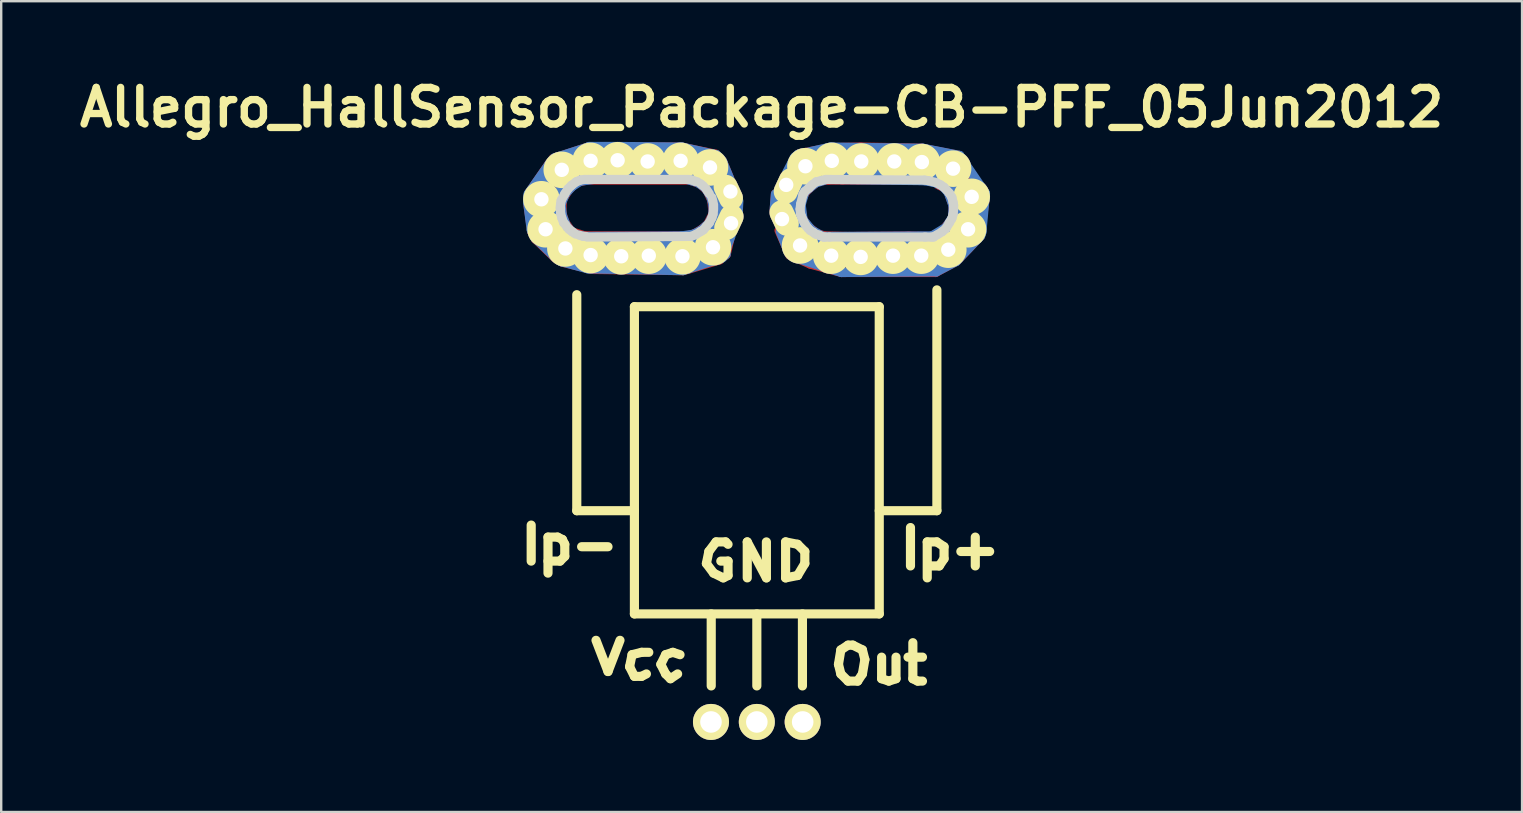
<source format=kicad_pcb>
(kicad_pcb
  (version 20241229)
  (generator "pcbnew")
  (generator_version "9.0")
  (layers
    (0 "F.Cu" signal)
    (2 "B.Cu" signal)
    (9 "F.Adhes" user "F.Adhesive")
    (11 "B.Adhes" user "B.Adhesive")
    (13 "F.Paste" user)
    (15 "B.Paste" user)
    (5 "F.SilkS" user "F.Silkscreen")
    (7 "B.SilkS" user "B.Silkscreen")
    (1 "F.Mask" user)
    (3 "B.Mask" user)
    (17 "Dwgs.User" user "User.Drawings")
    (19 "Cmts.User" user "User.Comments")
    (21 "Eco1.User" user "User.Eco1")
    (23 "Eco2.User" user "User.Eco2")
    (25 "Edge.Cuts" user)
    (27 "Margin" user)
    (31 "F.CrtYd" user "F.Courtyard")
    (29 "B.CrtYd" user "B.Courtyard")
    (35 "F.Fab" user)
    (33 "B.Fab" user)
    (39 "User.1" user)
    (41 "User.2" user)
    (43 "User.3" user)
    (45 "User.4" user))
  (footprint "Allegro_HallSensor_Package-CB-PFF_05Jun2012"
    (layer "F.Cu")
    (at 28.48 16.326)
    (property "Reference" "Allegro_HallSensor_Package-CB-PFF_05Jun2012" (at 0.201 -14.9 0) (layer "F.SilkS") (effects (font (size 1.524 1.524) (thickness 0.305))))
    (attr through_hole)
    (fp_line (start -9.55 -10.95) (end -9.5 -11.326) (stroke (width 0.381) (type solid)) (layer "F.Cu"))
    (fp_line (start -9.5 -11.326) (end -8.674 -12.525) (stroke (width 0.381) (type solid)) (layer "F.Cu"))
    (fp_line (start -9.375 -9.726) (end -9.55 -10.95) (stroke (width 0.381) (type solid)) (layer "F.Cu"))
    (fp_line (start -9.225 -9.426) (end -9.375 -9.726) (stroke (width 0.381) (type solid)) (layer "F.Cu"))
    (fp_line (start -8.725 -12.024) (end -8.9 -11.725) (stroke (width 0.381) (type solid)) (layer "F.Cu"))
    (fp_line (start -8.674 -12.525) (end -8.476 -12.776) (stroke (width 0.381) (type solid)) (layer "F.Cu"))
    (fp_line (start -8.476 -12.776) (end -7.026 -13.251) (stroke (width 0.381) (type solid)) (layer "F.Cu"))
    (fp_line (start -8.425 -8.651) (end -9.225 -9.426) (stroke (width 0.381) (type solid)) (layer "F.Cu"))
    (fp_line (start -8.349 -10.274) (end -7.6 -9.576) (stroke (width 0.381) (type solid)) (layer "F.Cu"))
    (fp_line (start -8.326 -11.374) (end -8.349 -10.274) (stroke (width 0.381) (type solid)) (layer "F.Cu"))
    (fp_line (start -8.126 -10.526) (end -8.1 -11.049) (stroke (width 0.381) (type solid)) (layer "F.Cu"))
    (fp_line (start -8.1 -11.049) (end -7.851 -11.45) (stroke (width 0.381) (type solid)) (layer "F.Cu"))
    (fp_line (start -8.1 -8.451) (end -8.425 -8.651) (stroke (width 0.381) (type solid)) (layer "F.Cu"))
    (fp_line (start -8.001 -10.124) (end -8.126 -10.526) (stroke (width 0.381) (type solid)) (layer "F.Cu"))
    (fp_line (start -7.851 -11.45) (end -7.526 -11.775) (stroke (width 0.381) (type solid)) (layer "F.Cu"))
    (fp_line (start -7.724 -9.726) (end -8.001 -10.124) (stroke (width 0.381) (type solid)) (layer "F.Cu"))
    (fp_line (start -7.6 -9.576) (end -6.949 -9.324) (stroke (width 0.381) (type solid)) (layer "F.Cu"))
    (fp_line (start -7.549 -9.624) (end -7.399 -9.576) (stroke (width 0.381) (type solid)) (layer "F.Cu"))
    (fp_line (start -7.526 -11.775) (end -7.074 -11.874) (stroke (width 0.381) (type solid)) (layer "F.Cu"))
    (fp_line (start -7.376 -12.126) (end -8.326 -11.374) (stroke (width 0.381) (type solid)) (layer "F.Cu"))
    (fp_line (start -7.176 -9.55) (end -7.724 -9.726) (stroke (width 0.381) (type solid)) (layer "F.Cu"))
    (fp_line (start -7.125 -11.874) (end -2.799 -11.874) (stroke (width 0.381) (type solid)) (layer "F.Cu"))
    (fp_line (start -7.125 -9.525) (end -7 -9.5) (stroke (width 0.381) (type solid)) (layer "F.Cu"))
    (fp_line (start -7.026 -13.251) (end -3.15 -13.251) (stroke (width 0.381) (type solid)) (layer "F.Cu"))
    (fp_line (start -6.949 -9.324) (end -3.5 -9.225) (stroke (width 0.381) (type solid)) (layer "F.Cu"))
    (fp_line (start -6.876 -8.151) (end -8.1 -8.451) (stroke (width 0.381) (type solid)) (layer "F.Cu"))
    (fp_line (start -5.349 -12.126) (end -7.376 -12.126) (stroke (width 0.381) (type solid)) (layer "F.Cu"))
    (fp_line (start -3.65 -13.076) (end -4.125 -13.076) (stroke (width 0.381) (type solid)) (layer "F.Cu"))
    (fp_line (start -3.65 -8.301) (end -3.899 -8.349) (stroke (width 0.381) (type solid)) (layer "F.Cu"))
    (fp_line (start -3.5 -9.225) (end -2.2 -9.5) (stroke (width 0.381) (type solid)) (layer "F.Cu"))
    (fp_line (start -3.15 -13.251) (end -1.699 -12.949) (stroke (width 0.381) (type solid)) (layer "F.Cu"))
    (fp_line (start -3.076 -8.1) (end -6.876 -8.151) (stroke (width 0.381) (type solid)) (layer "F.Cu"))
    (fp_line (start -2.949 -9.55) (end -7.176 -9.55) (stroke (width 0.381) (type solid)) (layer "F.Cu"))
    (fp_line (start -2.949 -9.525) (end -3 -9.525) (stroke (width 0.381) (type solid)) (layer "F.Cu"))
    (fp_line (start -2.875 -8.151) (end -3.076 -8.1) (stroke (width 0.381) (type solid)) (layer "F.Cu"))
    (fp_line (start -2.799 -11.874) (end -2.375 -11.725) (stroke (width 0.381) (type solid)) (layer "F.Cu"))
    (fp_line (start -2.624 -12.101) (end -5.349 -12.126) (stroke (width 0.381) (type solid)) (layer "F.Cu"))
    (fp_line (start -2.624 -9.624) (end -2.949 -9.55) (stroke (width 0.381) (type solid)) (layer "F.Cu"))
    (fp_line (start -2.375 -11.725) (end -2.075 -11.45) (stroke (width 0.381) (type solid)) (layer "F.Cu"))
    (fp_line (start -2.349 -11.725) (end -2.474 -11.801) (stroke (width 0.381) (type solid)) (layer "F.Cu"))
    (fp_line (start -2.324 -9.799) (end -2.624 -9.624) (stroke (width 0.381) (type solid)) (layer "F.Cu"))
    (fp_line (start -2.2 -9.5) (end -1.425 -10.676) (stroke (width 0.381) (type solid)) (layer "F.Cu"))
    (fp_line (start -2.126 -11.524) (end -2.225 -11.626) (stroke (width 0.381) (type solid)) (layer "F.Cu"))
    (fp_line (start -2.101 -11.826) (end -2.525 -12.075) (stroke (width 0.381) (type solid)) (layer "F.Cu"))
    (fp_line (start -2.075 -11.45) (end -1.875 -11.026) (stroke (width 0.381) (type solid)) (layer "F.Cu"))
    (fp_line (start -2.05 -10.025) (end -2.324 -9.799) (stroke (width 0.381) (type solid)) (layer "F.Cu"))
    (fp_line (start -1.875 -11.026) (end -1.826 -10.475) (stroke (width 0.381) (type solid)) (layer "F.Cu"))
    (fp_line (start -1.826 -10.475) (end -2.05 -10.025) (stroke (width 0.381) (type solid)) (layer "F.Cu"))
    (fp_line (start -1.801 -10.851) (end -1.826 -10.975) (stroke (width 0.381) (type solid)) (layer "F.Cu"))
    (fp_line (start -1.699 -12.949) (end -1.425 -12.649) (stroke (width 0.381) (type solid)) (layer "F.Cu"))
    (fp_line (start -1.549 -8.55) (end -2.875 -8.151) (stroke (width 0.381) (type solid)) (layer "F.Cu"))
    (fp_line (start -1.425 -12.649) (end -1.125 -11.925) (stroke (width 0.381) (type solid)) (layer "F.Cu"))
    (fp_line (start -1.425 -10.676) (end -2.101 -11.826) (stroke (width 0.381) (type solid)) (layer "F.Cu"))
    (fp_line (start -1.275 -8.776) (end -1.549 -8.55) (stroke (width 0.381) (type solid)) (layer "F.Cu"))
    (fp_line (start -1.1 -9.525) (end -1.275 -8.776) (stroke (width 0.381) (type solid)) (layer "F.Cu"))
    (fp_line (start -0.775 -11.001) (end -0.8 -10.549) (stroke (width 0.381) (type solid)) (layer "F.Cu"))
    (fp_line (start 0.775 -11.3) (end 0.724 -10.625) (stroke (width 0.381) (type solid)) (layer "F.Cu"))
    (fp_line (start 0.925 -9.774) (end 1.374 -8.75) (stroke (width 0.381) (type solid)) (layer "F.Cu"))
    (fp_line (start 1.374 -8.75) (end 2.225 -8.374) (stroke (width 0.381) (type solid)) (layer "F.Cu"))
    (fp_line (start 1.476 -10.874) (end 1.801 -9.876) (stroke (width 0.381) (type solid)) (layer "F.Cu"))
    (fp_line (start 1.776 -12.974) (end 1.275 -12.2) (stroke (width 0.381) (type solid)) (layer "F.Cu"))
    (fp_line (start 1.801 -9.876) (end 2.624 -9.324) (stroke (width 0.381) (type solid)) (layer "F.Cu"))
    (fp_line (start 1.849 -11.001) (end 1.849 -10.625) (stroke (width 0.381) (type solid)) (layer "F.Cu"))
    (fp_line (start 1.849 -10.625) (end 1.925 -10.226) (stroke (width 0.381) (type solid)) (layer "F.Cu"))
    (fp_line (start 1.925 -11.651) (end 1.476 -10.874) (stroke (width 0.381) (type solid)) (layer "F.Cu"))
    (fp_line (start 1.925 -10.226) (end 2.149 -9.924) (stroke (width 0.381) (type solid)) (layer "F.Cu"))
    (fp_line (start 2.024 -11.374) (end 1.849 -11.001) (stroke (width 0.381) (type solid)) (layer "F.Cu"))
    (fp_line (start 2.149 -9.924) (end 2.499 -9.649) (stroke (width 0.381) (type solid)) (layer "F.Cu"))
    (fp_line (start 2.225 -8.374) (end 3.526 -8.024) (stroke (width 0.381) (type solid)) (layer "F.Cu"))
    (fp_line (start 2.324 -11.651) (end 2.024 -11.374) (stroke (width 0.381) (type solid)) (layer "F.Cu"))
    (fp_line (start 2.499 -9.649) (end 2.799 -9.55) (stroke (width 0.381) (type solid)) (layer "F.Cu"))
    (fp_line (start 2.55 -11.826) (end 2.324 -11.651) (stroke (width 0.381) (type solid)) (layer "F.Cu"))
    (fp_line (start 2.624 -9.324) (end 4.049 -9.299) (stroke (width 0.381) (type solid)) (layer "F.Cu"))
    (fp_line (start 2.675 -8.451) (end 2.101 -8.626) (stroke (width 0.381) (type solid)) (layer "F.Cu"))
    (fp_line (start 2.751 -12.075) (end 1.925 -11.651) (stroke (width 0.381) (type solid)) (layer "F.Cu"))
    (fp_line (start 2.799 -9.55) (end 3.851 -9.525) (stroke (width 0.381) (type solid)) (layer "F.Cu"))
    (fp_line (start 2.974 -11.874) (end 2.55 -11.826) (stroke (width 0.381) (type solid)) (layer "F.Cu"))
    (fp_line (start 3.05 -13.226) (end 1.776 -12.974) (stroke (width 0.381) (type solid)) (layer "F.Cu"))
    (fp_line (start 3.526 -8.024) (end 7.45 -8.024) (stroke (width 0.381) (type solid)) (layer "F.Cu"))
    (fp_line (start 3.574 -11.874) (end 2.974 -11.874) (stroke (width 0.381) (type solid)) (layer "F.Cu"))
    (fp_line (start 3.726 -12.05) (end 2.751 -12.075) (stroke (width 0.381) (type solid)) (layer "F.Cu"))
    (fp_line (start 3.851 -9.525) (end 6.325 -9.55) (stroke (width 0.381) (type solid)) (layer "F.Cu"))
    (fp_line (start 4.049 -9.299) (end 5.324 -9.251) (stroke (width 0.381) (type solid)) (layer "F.Cu"))
    (fp_line (start 4.224 -11.874) (end 3.574 -11.874) (stroke (width 0.381) (type solid)) (layer "F.Cu"))
    (fp_line (start 4.326 -13.251) (end 3.05 -13.226) (stroke (width 0.381) (type solid)) (layer "F.Cu"))
    (fp_line (start 4.699 -13.025) (end 5.4 -13.025) (stroke (width 0.381) (type solid)) (layer "F.Cu"))
    (fp_line (start 4.976 -12.126) (end 3.726 -12.05) (stroke (width 0.381) (type solid)) (layer "F.Cu"))
    (fp_line (start 5.301 -11.874) (end 4.224 -11.874) (stroke (width 0.381) (type solid)) (layer "F.Cu"))
    (fp_line (start 5.301 -8.199) (end 4.651 -8.225) (stroke (width 0.381) (type solid)) (layer "F.Cu"))
    (fp_line (start 5.324 -9.251) (end 7.399 -9.324) (stroke (width 0.381) (type solid)) (layer "F.Cu"))
    (fp_line (start 5.451 -12.024) (end 4.976 -12.126) (stroke (width 0.381) (type solid)) (layer "F.Cu"))
    (fp_line (start 5.725 -13.226) (end 4.326 -13.251) (stroke (width 0.381) (type solid)) (layer "F.Cu"))
    (fp_line (start 6.124 -11.874) (end 5.301 -11.874) (stroke (width 0.381) (type solid)) (layer "F.Cu"))
    (fp_line (start 6.325 -9.55) (end 7.249 -9.525) (stroke (width 0.381) (type solid)) (layer "F.Cu"))
    (fp_line (start 6.876 -13.2) (end 5.725 -13.226) (stroke (width 0.381) (type solid)) (layer "F.Cu"))
    (fp_line (start 7.249 -9.525) (end 7.75 -9.774) (stroke (width 0.381) (type solid)) (layer "F.Cu"))
    (fp_line (start 7.399 -9.324) (end 8.151 -9.774) (stroke (width 0.381) (type solid)) (layer "F.Cu"))
    (fp_line (start 7.45 -11.976) (end 5.451 -12.024) (stroke (width 0.381) (type solid)) (layer "F.Cu"))
    (fp_line (start 7.45 -8.024) (end 8.326 -8.499) (stroke (width 0.381) (type solid)) (layer "F.Cu"))
    (fp_line (start 7.574 -11.674) (end 7.45 -11.976) (stroke (width 0.381) (type solid)) (layer "F.Cu"))
    (fp_line (start 7.6 -11.925) (end 7.501 -11.9) (stroke (width 0.381) (type solid)) (layer "F.Cu"))
    (fp_line (start 7.724 -8.349) (end 7.125 -8.176) (stroke (width 0.381) (type solid)) (layer "F.Cu"))
    (fp_line (start 7.75 -9.774) (end 8.151 -10.274) (stroke (width 0.381) (type solid)) (layer "F.Cu"))
    (fp_line (start 7.95 -11.476) (end 7.574 -11.674) (stroke (width 0.381) (type solid)) (layer "F.Cu"))
    (fp_line (start 8.151 -10.274) (end 8.176 -10.8) (stroke (width 0.381) (type solid)) (layer "F.Cu"))
    (fp_line (start 8.151 -9.774) (end 8.499 -10.526) (stroke (width 0.381) (type solid)) (layer "F.Cu"))
    (fp_line (start 8.176 -11.524) (end 7.6 -11.925) (stroke (width 0.381) (type solid)) (layer "F.Cu"))
    (fp_line (start 8.176 -10.8) (end 7.95 -11.476) (stroke (width 0.381) (type solid)) (layer "F.Cu"))
    (fp_line (start 8.326 -8.499) (end 9.299 -9.525) (stroke (width 0.381) (type solid)) (layer "F.Cu"))
    (fp_line (start 8.425 -12.901) (end 6.876 -13.2) (stroke (width 0.381) (type solid)) (layer "F.Cu"))
    (fp_line (start 8.499 -10.526) (end 8.176 -11.524) (stroke (width 0.381) (type solid)) (layer "F.Cu"))
    (fp_line (start 8.6 -12.675) (end 8.425 -12.901) (stroke (width 0.381) (type solid)) (layer "F.Cu"))
    (fp_line (start 9.299 -9.525) (end 9.525 -11.199) (stroke (width 0.381) (type solid)) (layer "F.Cu"))
    (fp_line (start 9.525 -11.199) (end 8.6 -12.675) (stroke (width 0.381) (type solid)) (layer "F.Cu"))
    (fp_line (start -9.55 -10.95) (end -9.525 -11.3) (stroke (width 0.381) (type solid)) (layer "B.Cu"))
    (fp_line (start -9.525 -11.3) (end -8.651 -12.55) (stroke (width 0.381) (type solid)) (layer "B.Cu"))
    (fp_line (start -9.4 -9.799) (end -9.55 -10.95) (stroke (width 0.381) (type solid)) (layer "B.Cu"))
    (fp_line (start -9.251 -9.474) (end -9.4 -9.799) (stroke (width 0.381) (type solid)) (layer "B.Cu"))
    (fp_line (start -8.9 -11.725) (end -8.7 -12.024) (stroke (width 0.381) (type solid)) (layer "B.Cu"))
    (fp_line (start -8.651 -12.55) (end -8.425 -12.799) (stroke (width 0.381) (type solid)) (layer "B.Cu"))
    (fp_line (start -8.476 -8.725) (end -9.251 -9.474) (stroke (width 0.381) (type solid)) (layer "B.Cu"))
    (fp_line (start -8.425 -12.799) (end -7.026 -13.251) (stroke (width 0.381) (type solid)) (layer "B.Cu"))
    (fp_line (start -8.374 -10.325) (end -8.301 -11.374) (stroke (width 0.381) (type solid)) (layer "B.Cu"))
    (fp_line (start -8.301 -11.374) (end -7.424 -12.126) (stroke (width 0.381) (type solid)) (layer "B.Cu"))
    (fp_line (start -8.151 -10.874) (end -7.976 -11.3) (stroke (width 0.381) (type solid)) (layer "B.Cu"))
    (fp_line (start -8.151 -8.476) (end -8.476 -8.725) (stroke (width 0.381) (type solid)) (layer "B.Cu"))
    (fp_line (start -8.1 -10.399) (end -8.151 -10.874) (stroke (width 0.381) (type solid)) (layer "B.Cu"))
    (fp_line (start -8.1 -10.025) (end -8.374 -10.325) (stroke (width 0.381) (type solid)) (layer "B.Cu"))
    (fp_line (start -7.976 -11.3) (end -7.699 -11.6) (stroke (width 0.381) (type solid)) (layer "B.Cu"))
    (fp_line (start -7.925 -9.949) (end -8.1 -10.399) (stroke (width 0.381) (type solid)) (layer "B.Cu"))
    (fp_line (start -7.699 -11.6) (end -7.351 -11.826) (stroke (width 0.381) (type solid)) (layer "B.Cu"))
    (fp_line (start -7.6 -9.624) (end -7.925 -9.949) (stroke (width 0.381) (type solid)) (layer "B.Cu"))
    (fp_line (start -7.501 -9.55) (end -8.1 -10.025) (stroke (width 0.381) (type solid)) (layer "B.Cu"))
    (fp_line (start -7.424 -12.126) (end -6.251 -12.126) (stroke (width 0.381) (type solid)) (layer "B.Cu"))
    (fp_line (start -7.351 -11.826) (end -6.8 -11.9) (stroke (width 0.381) (type solid)) (layer "B.Cu"))
    (fp_line (start -7.275 -12.075) (end -5.951 -12.101) (stroke (width 0.381) (type solid)) (layer "B.Cu"))
    (fp_line (start -7.176 -9.525) (end -7.6 -9.624) (stroke (width 0.381) (type solid)) (layer "B.Cu"))
    (fp_line (start -7.099 -11.9) (end -2.926 -11.9) (stroke (width 0.381) (type solid)) (layer "B.Cu"))
    (fp_line (start -7.051 -8.176) (end -8.151 -8.476) (stroke (width 0.381) (type solid)) (layer "B.Cu"))
    (fp_line (start -7 -13.274) (end -5.725 -13.274) (stroke (width 0.381) (type solid)) (layer "B.Cu"))
    (fp_line (start -6.85 -9.324) (end -7.501 -9.55) (stroke (width 0.381) (type solid)) (layer "B.Cu"))
    (fp_line (start -6.8 -11.9) (end -6.825 -11.9) (stroke (width 0.381) (type solid)) (layer "B.Cu"))
    (fp_line (start -5.951 -12.101) (end -3.424 -12.149) (stroke (width 0.381) (type solid)) (layer "B.Cu"))
    (fp_line (start -5.725 -13.274) (end -3.124 -13.251) (stroke (width 0.381) (type solid)) (layer "B.Cu"))
    (fp_line (start -4.15 -13.076) (end -3.599 -13.076) (stroke (width 0.381) (type solid)) (layer "B.Cu"))
    (fp_line (start -3.95 -9.2) (end -6.85 -9.324) (stroke (width 0.381) (type solid)) (layer "B.Cu"))
    (fp_line (start -3.899 -8.349) (end -3.625 -8.301) (stroke (width 0.381) (type solid)) (layer "B.Cu"))
    (fp_line (start -3.424 -12.149) (end -2.474 -12.05) (stroke (width 0.381) (type solid)) (layer "B.Cu"))
    (fp_line (start -3.124 -13.251) (end -1.674 -12.926) (stroke (width 0.381) (type solid)) (layer "B.Cu"))
    (fp_line (start -3.124 -9.55) (end -7.176 -9.525) (stroke (width 0.381) (type solid)) (layer "B.Cu"))
    (fp_line (start -3.076 -8.1) (end -7.051 -8.176) (stroke (width 0.381) (type solid)) (layer "B.Cu"))
    (fp_line (start -2.926 -11.9) (end -2.474 -11.775) (stroke (width 0.381) (type solid)) (layer "B.Cu"))
    (fp_line (start -2.926 -8.151) (end -3.076 -8.1) (stroke (width 0.381) (type solid)) (layer "B.Cu"))
    (fp_line (start -2.624 -9.624) (end -3.124 -9.55) (stroke (width 0.381) (type solid)) (layer "B.Cu"))
    (fp_line (start -2.474 -12.05) (end -1.999 -11.651) (stroke (width 0.381) (type solid)) (layer "B.Cu"))
    (fp_line (start -2.474 -11.775) (end -2.149 -11.549) (stroke (width 0.381) (type solid)) (layer "B.Cu"))
    (fp_line (start -2.324 -9.426) (end -3.95 -9.2) (stroke (width 0.381) (type solid)) (layer "B.Cu"))
    (fp_line (start -2.301 -9.799) (end -2.624 -9.624) (stroke (width 0.381) (type solid)) (layer "B.Cu"))
    (fp_line (start -2.149 -11.549) (end -1.925 -11.199) (stroke (width 0.381) (type solid)) (layer "B.Cu"))
    (fp_line (start -1.999 -11.651) (end -1.476 -10.851) (stroke (width 0.381) (type solid)) (layer "B.Cu"))
    (fp_line (start -1.999 -10.076) (end -2.301 -9.799) (stroke (width 0.381) (type solid)) (layer "B.Cu"))
    (fp_line (start -1.925 -11.199) (end -1.826 -10.825) (stroke (width 0.381) (type solid)) (layer "B.Cu"))
    (fp_line (start -1.925 -9.876) (end -2.324 -9.426) (stroke (width 0.381) (type solid)) (layer "B.Cu"))
    (fp_line (start -1.875 -11.151) (end -1.976 -11.3) (stroke (width 0.381) (type solid)) (layer "B.Cu"))
    (fp_line (start -1.826 -10.825) (end -1.826 -10.424) (stroke (width 0.381) (type solid)) (layer "B.Cu"))
    (fp_line (start -1.826 -10.424) (end -1.999 -10.076) (stroke (width 0.381) (type solid)) (layer "B.Cu"))
    (fp_line (start -1.674 -12.926) (end -1.425 -12.649) (stroke (width 0.381) (type solid)) (layer "B.Cu"))
    (fp_line (start -1.476 -10.851) (end -1.925 -9.876) (stroke (width 0.381) (type solid)) (layer "B.Cu"))
    (fp_line (start -1.45 -8.626) (end -2.926 -8.151) (stroke (width 0.381) (type solid)) (layer "B.Cu"))
    (fp_line (start -1.425 -12.649) (end -1.125 -11.925) (stroke (width 0.381) (type solid)) (layer "B.Cu"))
    (fp_line (start -1.326 -8.875) (end -1.074 -9.55) (stroke (width 0.381) (type solid)) (layer "B.Cu"))
    (fp_line (start -1.275 -8.776) (end -1.45 -8.626) (stroke (width 0.381) (type solid)) (layer "B.Cu"))
    (fp_line (start -0.749 -11.001) (end -0.775 -10.526) (stroke (width 0.381) (type solid)) (layer "B.Cu"))
    (fp_line (start 0.724 -10.676) (end 0.775 -11.3) (stroke (width 0.381) (type solid)) (layer "B.Cu"))
    (fp_line (start 1.25 -12.2) (end 1.575 -12.825) (stroke (width 0.381) (type solid)) (layer "B.Cu"))
    (fp_line (start 1.3 -8.9) (end 0.975 -9.726) (stroke (width 0.381) (type solid)) (layer "B.Cu"))
    (fp_line (start 1.45 -10.899) (end 1.951 -11.674) (stroke (width 0.381) (type solid)) (layer "B.Cu"))
    (fp_line (start 1.549 -8.651) (end 1.3 -8.9) (stroke (width 0.381) (type solid)) (layer "B.Cu"))
    (fp_line (start 1.575 -12.825) (end 1.725 -12.949) (stroke (width 0.381) (type solid)) (layer "B.Cu"))
    (fp_line (start 1.725 -12.949) (end 3.076 -13.251) (stroke (width 0.381) (type solid)) (layer "B.Cu"))
    (fp_line (start 1.75 -9.924) (end 1.45 -10.899) (stroke (width 0.381) (type solid)) (layer "B.Cu"))
    (fp_line (start 1.849 -10.851) (end 1.999 -11.374) (stroke (width 0.381) (type solid)) (layer "B.Cu"))
    (fp_line (start 1.925 -10.226) (end 1.849 -10.851) (stroke (width 0.381) (type solid)) (layer "B.Cu"))
    (fp_line (start 1.951 -11.674) (end 2.776 -12.149) (stroke (width 0.381) (type solid)) (layer "B.Cu"))
    (fp_line (start 1.999 -11.374) (end 2.451 -11.75) (stroke (width 0.381) (type solid)) (layer "B.Cu"))
    (fp_line (start 2.101 -8.626) (end 2.601 -8.451) (stroke (width 0.381) (type solid)) (layer "B.Cu"))
    (fp_line (start 2.276 -9.799) (end 1.925 -10.226) (stroke (width 0.381) (type solid)) (layer "B.Cu"))
    (fp_line (start 2.451 -11.75) (end 3 -11.925) (stroke (width 0.381) (type solid)) (layer "B.Cu"))
    (fp_line (start 2.624 -9.324) (end 1.75 -9.924) (stroke (width 0.381) (type solid)) (layer "B.Cu"))
    (fp_line (start 2.751 -9.525) (end 2.276 -9.799) (stroke (width 0.381) (type solid)) (layer "B.Cu"))
    (fp_line (start 2.776 -12.149) (end 7.224 -12.05) (stroke (width 0.381) (type solid)) (layer "B.Cu"))
    (fp_line (start 3 -11.9) (end 7 -11.849) (stroke (width 0.381) (type solid)) (layer "B.Cu"))
    (fp_line (start 3.076 -13.251) (end 6.924 -13.2) (stroke (width 0.381) (type solid)) (layer "B.Cu"))
    (fp_line (start 3.526 -8.024) (end 1.549 -8.651) (stroke (width 0.381) (type solid)) (layer "B.Cu"))
    (fp_line (start 4.6 -9.251) (end 2.624 -9.324) (stroke (width 0.381) (type solid)) (layer "B.Cu"))
    (fp_line (start 4.651 -8.225) (end 5.301 -8.199) (stroke (width 0.381) (type solid)) (layer "B.Cu"))
    (fp_line (start 5.4 -13.023) (end 4.674 -13.023) (stroke (width 0.381) (type solid)) (layer "B.Cu"))
    (fp_line (start 6.175 -9.276) (end 4.6 -9.251) (stroke (width 0.381) (type solid)) (layer "B.Cu"))
    (fp_line (start 6.924 -13.2) (end 8.451 -12.901) (stroke (width 0.381) (type solid)) (layer "B.Cu"))
    (fp_line (start 7 -11.849) (end 7.651 -11.725) (stroke (width 0.381) (type solid)) (layer "B.Cu"))
    (fp_line (start 7.099 -11.849) (end 6.124 -11.874) (stroke (width 0.381) (type solid)) (layer "B.Cu"))
    (fp_line (start 7.125 -8.176) (end 7.724 -8.349) (stroke (width 0.381) (type solid)) (layer "B.Cu"))
    (fp_line (start 7.224 -12.05) (end 8.225 -11.6) (stroke (width 0.381) (type solid)) (layer "B.Cu"))
    (fp_line (start 7.3 -9.55) (end 2.751 -9.525) (stroke (width 0.381) (type solid)) (layer "B.Cu"))
    (fp_line (start 7.475 -11.75) (end 7.099 -11.849) (stroke (width 0.381) (type solid)) (layer "B.Cu"))
    (fp_line (start 7.475 -8.049) (end 3.526 -8.024) (stroke (width 0.381) (type solid)) (layer "B.Cu"))
    (fp_line (start 7.6 -9.426) (end 6.175 -9.276) (stroke (width 0.381) (type solid)) (layer "B.Cu"))
    (fp_line (start 7.651 -11.725) (end 7.976 -11.351) (stroke (width 0.381) (type solid)) (layer "B.Cu"))
    (fp_line (start 7.775 -11.6) (end 7.475 -11.75) (stroke (width 0.381) (type solid)) (layer "B.Cu"))
    (fp_line (start 7.874 -9.901) (end 7.3 -9.55) (stroke (width 0.381) (type solid)) (layer "B.Cu"))
    (fp_line (start 7.976 -11.399) (end 7.775 -11.6) (stroke (width 0.381) (type solid)) (layer "B.Cu"))
    (fp_line (start 7.976 -11.351) (end 8.176 -10.8) (stroke (width 0.381) (type solid)) (layer "B.Cu"))
    (fp_line (start 8.151 -10.325) (end 7.874 -9.901) (stroke (width 0.381) (type solid)) (layer "B.Cu"))
    (fp_line (start 8.176 -11.001) (end 7.976 -11.399) (stroke (width 0.381) (type solid)) (layer "B.Cu"))
    (fp_line (start 8.176 -10.8) (end 8.151 -10.325) (stroke (width 0.381) (type solid)) (layer "B.Cu"))
    (fp_line (start 8.199 -9.85) (end 7.6 -9.426) (stroke (width 0.381) (type solid)) (layer "B.Cu"))
    (fp_line (start 8.225 -11.6) (end 8.451 -10.5) (stroke (width 0.381) (type solid)) (layer "B.Cu"))
    (fp_line (start 8.301 -8.476) (end 7.475 -8.049) (stroke (width 0.381) (type solid)) (layer "B.Cu"))
    (fp_line (start 8.451 -12.901) (end 9.525 -11.326) (stroke (width 0.381) (type solid)) (layer "B.Cu"))
    (fp_line (start 8.451 -10.5) (end 8.199 -9.85) (stroke (width 0.381) (type solid)) (layer "B.Cu"))
    (fp_line (start 9.324 -9.55) (end 8.301 -8.476) (stroke (width 0.381) (type solid)) (layer "B.Cu"))
    (fp_line (start 9.375 -9.7) (end 9.324 -9.55) (stroke (width 0.381) (type solid)) (layer "B.Cu"))
    (fp_line (start 9.525 -11.326) (end 9.375 -9.7) (stroke (width 0.381) (type solid)) (layer "B.Cu"))
    (fp_line (start -9.4 2.499) (end -9.4 4) (stroke (width 0.381) (type solid)) (layer "F.SilkS"))
    (fp_line (start -8.7 3) (end -8.7 4.501) (stroke (width 0.381) (type solid)) (layer "F.SilkS"))
    (fp_line (start -8.7 3) (end -8.301 3) (stroke (width 0.381) (type solid)) (layer "F.SilkS"))
    (fp_line (start -8.301 3) (end -8.1 3.099) (stroke (width 0.381) (type solid)) (layer "F.SilkS"))
    (fp_line (start -8.199 4) (end -8.7 4) (stroke (width 0.381) (type solid)) (layer "F.SilkS"))
    (fp_line (start -8.1 3.099) (end -8.001 3.3) (stroke (width 0.381) (type solid)) (layer "F.SilkS"))
    (fp_line (start -8.001 3.3) (end -8.001 3.8) (stroke (width 0.381) (type solid)) (layer "F.SilkS"))
    (fp_line (start -8.001 3.8) (end -8.199 4) (stroke (width 0.381) (type solid)) (layer "F.SilkS"))
    (fp_line (start -7.501 1.9) (end -7.501 -7.099) (stroke (width 0.381) (type solid)) (layer "F.SilkS"))
    (fp_line (start -6.7 7.3) (end -6.2 8.6) (stroke (width 0.381) (type solid)) (layer "F.SilkS"))
    (fp_line (start -6.2 3.401) (end -7.3 3.401) (stroke (width 0.381) (type solid)) (layer "F.SilkS"))
    (fp_line (start -6.2 8.6) (end -5.7 7.3) (stroke (width 0.381) (type solid)) (layer "F.SilkS"))
    (fp_line (start -5.301 8.4) (end -5.1 8.801) (stroke (width 0.381) (type solid)) (layer "F.SilkS"))
    (fp_line (start -5.199 7.899) (end -5.301 8.4) (stroke (width 0.381) (type solid)) (layer "F.SilkS"))
    (fp_line (start -5.1 -6.599) (end 5.1 -6.599) (stroke (width 0.381) (type solid)) (layer "F.SilkS"))
    (fp_line (start -5.1 1.9) (end -7.501 1.9) (stroke (width 0.381) (type solid)) (layer "F.SilkS"))
    (fp_line (start -5.1 6.2) (end -5.1 -6.599) (stroke (width 0.381) (type solid)) (layer "F.SilkS"))
    (fp_line (start -5.1 8.801) (end -4.801 8.801) (stroke (width 0.381) (type solid)) (layer "F.SilkS"))
    (fp_line (start -4.801 7.8) (end -5.199 7.899) (stroke (width 0.381) (type solid)) (layer "F.SilkS"))
    (fp_line (start -4.801 8.801) (end -4.6 8.7) (stroke (width 0.381) (type solid)) (layer "F.SilkS"))
    (fp_line (start -4.501 7.8) (end -4.801 7.8) (stroke (width 0.381) (type solid)) (layer "F.SilkS"))
    (fp_line (start -4 8.301) (end -3.8 8.7) (stroke (width 0.381) (type solid)) (layer "F.SilkS"))
    (fp_line (start -3.8 7.899) (end -4 8.301) (stroke (width 0.381) (type solid)) (layer "F.SilkS"))
    (fp_line (start -3.8 8.7) (end -3.599 8.9) (stroke (width 0.381) (type solid)) (layer "F.SilkS"))
    (fp_line (start -3.599 8.9) (end -3.3 8.7) (stroke (width 0.381) (type solid)) (layer "F.SilkS"))
    (fp_line (start -3.5 7.8) (end -3.8 7.899) (stroke (width 0.381) (type solid)) (layer "F.SilkS"))
    (fp_line (start -3.2 7.899) (end -3.5 7.8) (stroke (width 0.381) (type solid)) (layer "F.SilkS"))
    (fp_line (start -2.101 4.1) (end -1.801 4.501) (stroke (width 0.381) (type solid)) (layer "F.SilkS"))
    (fp_line (start -1.999 3.599) (end -2.101 4.1) (stroke (width 0.381) (type solid)) (layer "F.SilkS"))
    (fp_line (start -1.9 6.2) (end -1.9 9.2) (stroke (width 0.381) (type solid)) (layer "F.SilkS"))
    (fp_line (start -1.801 4.501) (end -1.399 4.699) (stroke (width 0.381) (type solid)) (layer "F.SilkS"))
    (fp_line (start -1.699 3.2) (end -1.999 3.599) (stroke (width 0.381) (type solid)) (layer "F.SilkS"))
    (fp_line (start -1.399 4.699) (end -1.199 4.6) (stroke (width 0.381) (type solid)) (layer "F.SilkS"))
    (fp_line (start -1.3 3.2) (end -1.699 3.2) (stroke (width 0.381) (type solid)) (layer "F.SilkS"))
    (fp_line (start -1.199 3.3) (end -1.3 3.2) (stroke (width 0.381) (type solid)) (layer "F.SilkS"))
    (fp_line (start -1.199 4) (end -1.501 4) (stroke (width 0.381) (type solid)) (layer "F.SilkS"))
    (fp_line (start -1.199 4.6) (end -1.199 4) (stroke (width 0.381) (type solid)) (layer "F.SilkS"))
    (fp_line (start -0.399 3.2) (end 0.399 4.699) (stroke (width 0.381) (type solid)) (layer "F.SilkS"))
    (fp_line (start -0.399 4.699) (end -0.399 3.2) (stroke (width 0.381) (type solid)) (layer "F.SilkS"))
    (fp_line (start 0 6.2) (end 0 9.2) (stroke (width 0.381) (type solid)) (layer "F.SilkS"))
    (fp_line (start 0.399 4.699) (end 0.399 3.2) (stroke (width 0.381) (type solid)) (layer "F.SilkS"))
    (fp_line (start 1.199 3.2) (end 1.199 4.699) (stroke (width 0.381) (type solid)) (layer "F.SilkS"))
    (fp_line (start 1.199 4.699) (end 1.699 4.6) (stroke (width 0.381) (type solid)) (layer "F.SilkS"))
    (fp_line (start 1.699 3.3) (end 1.199 3.2) (stroke (width 0.381) (type solid)) (layer "F.SilkS"))
    (fp_line (start 1.699 4.6) (end 1.999 4.1) (stroke (width 0.381) (type solid)) (layer "F.SilkS"))
    (fp_line (start 1.9 6.2) (end 1.9 9.2) (stroke (width 0.381) (type solid)) (layer "F.SilkS"))
    (fp_line (start 1.999 3.599) (end 1.699 3.3) (stroke (width 0.381) (type solid)) (layer "F.SilkS"))
    (fp_line (start 1.999 4.1) (end 1.999 3.599) (stroke (width 0.381) (type solid)) (layer "F.SilkS"))
    (fp_line (start 3.401 8.301) (end 3.5 8.7) (stroke (width 0.381) (type solid)) (layer "F.SilkS"))
    (fp_line (start 3.5 7.699) (end 3.401 8.301) (stroke (width 0.381) (type solid)) (layer "F.SilkS"))
    (fp_line (start 3.5 8.7) (end 3.8 8.999) (stroke (width 0.381) (type solid)) (layer "F.SilkS"))
    (fp_line (start 3.8 7.501) (end 3.5 7.699) (stroke (width 0.381) (type solid)) (layer "F.SilkS"))
    (fp_line (start 3.8 8.999) (end 4.201 8.999) (stroke (width 0.381) (type solid)) (layer "F.SilkS"))
    (fp_line (start 4 7.501) (end 3.8 7.501) (stroke (width 0.381) (type solid)) (layer "F.SilkS"))
    (fp_line (start 4.201 8.999) (end 4.399 8.7) (stroke (width 0.381) (type solid)) (layer "F.SilkS"))
    (fp_line (start 4.399 7.699) (end 4 7.501) (stroke (width 0.381) (type solid)) (layer "F.SilkS"))
    (fp_line (start 4.399 8.7) (end 4.501 8.1) (stroke (width 0.381) (type solid)) (layer "F.SilkS"))
    (fp_line (start 4.501 8.1) (end 4.399 7.699) (stroke (width 0.381) (type solid)) (layer "F.SilkS"))
    (fp_line (start 5.1 -6.599) (end 5.1 6.2) (stroke (width 0.381) (type solid)) (layer "F.SilkS"))
    (fp_line (start 5.1 1.9) (end 7.501 1.9) (stroke (width 0.381) (type solid)) (layer "F.SilkS"))
    (fp_line (start 5.1 6.2) (end -5.1 6.2) (stroke (width 0.381) (type solid)) (layer "F.SilkS"))
    (fp_line (start 5.199 8.001) (end 5.199 8.9) (stroke (width 0.381) (type solid)) (layer "F.SilkS"))
    (fp_line (start 5.199 8.9) (end 5.499 8.999) (stroke (width 0.381) (type solid)) (layer "F.SilkS"))
    (fp_line (start 5.499 8.999) (end 5.799 8.9) (stroke (width 0.381) (type solid)) (layer "F.SilkS"))
    (fp_line (start 5.799 8.9) (end 5.799 8.001) (stroke (width 0.381) (type solid)) (layer "F.SilkS"))
    (fp_line (start 6.401 2.601) (end 6.401 4.201) (stroke (width 0.381) (type solid)) (layer "F.SilkS"))
    (fp_line (start 6.5 7.399) (end 6.5 8.9) (stroke (width 0.381) (type solid)) (layer "F.SilkS"))
    (fp_line (start 6.5 8.9) (end 6.7 8.999) (stroke (width 0.381) (type solid)) (layer "F.SilkS"))
    (fp_line (start 6.7 8.999) (end 6.901 8.999) (stroke (width 0.381) (type solid)) (layer "F.SilkS"))
    (fp_line (start 6.901 8.001) (end 6.299 8.001) (stroke (width 0.381) (type solid)) (layer "F.SilkS"))
    (fp_line (start 7.099 3.2) (end 7.099 4.699) (stroke (width 0.381) (type solid)) (layer "F.SilkS"))
    (fp_line (start 7.099 3.2) (end 7.501 3.2) (stroke (width 0.381) (type solid)) (layer "F.SilkS"))
    (fp_line (start 7.501 1.9) (end 7.501 -7.3) (stroke (width 0.381) (type solid)) (layer "F.SilkS"))
    (fp_line (start 7.501 3.2) (end 7.8 3.401) (stroke (width 0.381) (type solid)) (layer "F.SilkS"))
    (fp_line (start 7.6 4.201) (end 7.201 4.201) (stroke (width 0.381) (type solid)) (layer "F.SilkS"))
    (fp_line (start 7.8 3.401) (end 7.8 3.899) (stroke (width 0.381) (type solid)) (layer "F.SilkS"))
    (fp_line (start 7.8 3.899) (end 7.6 4.201) (stroke (width 0.381) (type solid)) (layer "F.SilkS"))
    (fp_line (start 9.101 3) (end 9.101 4.201) (stroke (width 0.381) (type solid)) (layer "F.SilkS"))
    (fp_line (start 9.7 3.599) (end 8.499 3.599) (stroke (width 0.381) (type solid)) (layer "F.SilkS"))
    (fp_line (start -8.199 -10.701) (end -8.176 -10.874) (stroke (width 0.381) (type solid)) (layer "Edge.Cuts"))
    (fp_line (start -8.176 -10.874) (end -8.151 -11.026) (stroke (width 0.381) (type solid)) (layer "Edge.Cuts"))
    (fp_line (start -8.176 -10.701) (end -8.176 -10.5) (stroke (width 0.381) (type solid)) (layer "Edge.Cuts"))
    (fp_line (start -8.176 -10.5) (end -8.126 -10.3) (stroke (width 0.381) (type solid)) (layer "Edge.Cuts"))
    (fp_line (start -8.151 -11.026) (end -8.001 -11.3) (stroke (width 0.381) (type solid)) (layer "Edge.Cuts"))
    (fp_line (start -8.126 -10.3) (end -8.049 -10.099) (stroke (width 0.381) (type solid)) (layer "Edge.Cuts"))
    (fp_line (start -8.049 -10.099) (end -7.976 -10.025) (stroke (width 0.381) (type solid)) (layer "Edge.Cuts"))
    (fp_line (start -8.001 -11.3) (end -7.874 -11.501) (stroke (width 0.381) (type solid)) (layer "Edge.Cuts"))
    (fp_line (start -7.95 -9.975) (end -7.826 -9.825) (stroke (width 0.381) (type solid)) (layer "Edge.Cuts"))
    (fp_line (start -7.874 -11.501) (end -7.724 -11.651) (stroke (width 0.381) (type solid)) (layer "Edge.Cuts"))
    (fp_line (start -7.826 -9.825) (end -7.699 -9.726) (stroke (width 0.381) (type solid)) (layer "Edge.Cuts"))
    (fp_line (start -7.724 -11.651) (end -7.526 -11.801) (stroke (width 0.381) (type solid)) (layer "Edge.Cuts"))
    (fp_line (start -7.699 -9.726) (end -7.549 -9.624) (stroke (width 0.381) (type solid)) (layer "Edge.Cuts"))
    (fp_line (start -7.526 -11.801) (end -7.351 -11.874) (stroke (width 0.381) (type solid)) (layer "Edge.Cuts"))
    (fp_line (start -7.399 -9.576) (end -7.224 -9.525) (stroke (width 0.381) (type solid)) (layer "Edge.Cuts"))
    (fp_line (start -7.351 -11.874) (end -7.176 -11.9) (stroke (width 0.381) (type solid)) (layer "Edge.Cuts"))
    (fp_line (start -7.224 -9.525) (end -7.125 -9.525) (stroke (width 0.381) (type solid)) (layer "Edge.Cuts"))
    (fp_line (start -7.176 -11.9) (end -7 -11.9) (stroke (width 0.381) (type solid)) (layer "Edge.Cuts"))
    (fp_line (start -3.025 -11.9) (end -7 -11.9) (stroke (width 0.381) (type solid)) (layer "Edge.Cuts"))
    (fp_line (start -2.926 -9.525) (end -7.074 -9.5) (stroke (width 0.381) (type solid)) (layer "Edge.Cuts"))
    (fp_line (start -2.85 -11.9) (end -3 -11.9) (stroke (width 0.381) (type solid)) (layer "Edge.Cuts"))
    (fp_line (start -2.751 -9.525) (end -2.949 -9.525) (stroke (width 0.381) (type solid)) (layer "Edge.Cuts"))
    (fp_line (start -2.7 -11.874) (end -2.85 -11.9) (stroke (width 0.381) (type solid)) (layer "Edge.Cuts"))
    (fp_line (start -2.576 -11.826) (end -2.7 -11.874) (stroke (width 0.381) (type solid)) (layer "Edge.Cuts"))
    (fp_line (start -2.55 -9.601) (end -2.751 -9.525) (stroke (width 0.381) (type solid)) (layer "Edge.Cuts"))
    (fp_line (start -2.474 -11.801) (end -2.576 -11.826) (stroke (width 0.381) (type solid)) (layer "Edge.Cuts"))
    (fp_line (start -2.349 -9.726) (end -2.55 -9.601) (stroke (width 0.381) (type solid)) (layer "Edge.Cuts"))
    (fp_line (start -2.225 -11.626) (end -2.349 -11.725) (stroke (width 0.381) (type solid)) (layer "Edge.Cuts"))
    (fp_line (start -2.225 -9.799) (end -2.349 -9.726) (stroke (width 0.381) (type solid)) (layer "Edge.Cuts"))
    (fp_line (start -2.101 -9.949) (end -2.225 -9.799) (stroke (width 0.381) (type solid)) (layer "Edge.Cuts"))
    (fp_line (start -1.976 -11.3) (end -2.126 -11.524) (stroke (width 0.381) (type solid)) (layer "Edge.Cuts"))
    (fp_line (start -1.976 -10.099) (end -2.101 -9.949) (stroke (width 0.381) (type solid)) (layer "Edge.Cuts"))
    (fp_line (start -1.875 -10.3) (end -1.976 -10.099) (stroke (width 0.381) (type solid)) (layer "Edge.Cuts"))
    (fp_line (start -1.826 -10.975) (end -1.875 -11.151) (stroke (width 0.381) (type solid)) (layer "Edge.Cuts"))
    (fp_line (start -1.826 -10.45) (end -1.875 -10.3) (stroke (width 0.381) (type solid)) (layer "Edge.Cuts"))
    (fp_line (start -1.801 -10.701) (end -1.801 -10.851) (stroke (width 0.381) (type solid)) (layer "Edge.Cuts"))
    (fp_line (start -1.801 -10.65) (end -1.826 -10.45) (stroke (width 0.381) (type solid)) (layer "Edge.Cuts"))
    (fp_line (start 1.801 -10.676) (end 1.826 -10.874) (stroke (width 0.381) (type solid)) (layer "Edge.Cuts"))
    (fp_line (start 1.801 -10.65) (end 1.826 -10.45) (stroke (width 0.381) (type solid)) (layer "Edge.Cuts"))
    (fp_line (start 1.826 -10.874) (end 1.925 -11.275) (stroke (width 0.381) (type solid)) (layer "Edge.Cuts"))
    (fp_line (start 1.826 -10.45) (end 1.875 -10.325) (stroke (width 0.381) (type solid)) (layer "Edge.Cuts"))
    (fp_line (start 1.875 -10.325) (end 1.925 -10.201) (stroke (width 0.381) (type solid)) (layer "Edge.Cuts"))
    (fp_line (start 1.925 -11.275) (end 1.999 -11.399) (stroke (width 0.381) (type solid)) (layer "Edge.Cuts"))
    (fp_line (start 1.925 -10.201) (end 1.976 -10.099) (stroke (width 0.381) (type solid)) (layer "Edge.Cuts"))
    (fp_line (start 1.976 -10.099) (end 2.05 -9.975) (stroke (width 0.381) (type solid)) (layer "Edge.Cuts"))
    (fp_line (start 1.999 -11.399) (end 2.174 -11.549) (stroke (width 0.381) (type solid)) (layer "Edge.Cuts"))
    (fp_line (start 2.05 -9.975) (end 2.126 -9.876) (stroke (width 0.381) (type solid)) (layer "Edge.Cuts"))
    (fp_line (start 2.126 -9.876) (end 2.225 -9.774) (stroke (width 0.381) (type solid)) (layer "Edge.Cuts"))
    (fp_line (start 2.174 -11.549) (end 2.301 -11.674) (stroke (width 0.381) (type solid)) (layer "Edge.Cuts"))
    (fp_line (start 2.225 -9.774) (end 2.349 -9.7) (stroke (width 0.381) (type solid)) (layer "Edge.Cuts"))
    (fp_line (start 2.301 -11.674) (end 2.474 -11.801) (stroke (width 0.381) (type solid)) (layer "Edge.Cuts"))
    (fp_line (start 2.349 -9.7) (end 2.451 -9.624) (stroke (width 0.381) (type solid)) (layer "Edge.Cuts"))
    (fp_line (start 2.451 -9.624) (end 2.601 -9.576) (stroke (width 0.381) (type solid)) (layer "Edge.Cuts"))
    (fp_line (start 2.474 -11.801) (end 2.675 -11.849) (stroke (width 0.381) (type solid)) (layer "Edge.Cuts"))
    (fp_line (start 2.601 -9.576) (end 2.776 -9.5) (stroke (width 0.381) (type solid)) (layer "Edge.Cuts"))
    (fp_line (start 2.675 -11.849) (end 2.875 -11.9) (stroke (width 0.381) (type solid)) (layer "Edge.Cuts"))
    (fp_line (start 2.776 -9.5) (end 2.85 -9.5) (stroke (width 0.381) (type solid)) (layer "Edge.Cuts"))
    (fp_line (start 2.85 -9.5) (end 3.025 -9.5) (stroke (width 0.381) (type solid)) (layer "Edge.Cuts"))
    (fp_line (start 2.875 -11.9) (end 3 -11.9) (stroke (width 0.381) (type solid)) (layer "Edge.Cuts"))
    (fp_line (start 3.025 -9.5) (end 7.026 -9.5) (stroke (width 0.381) (type solid)) (layer "Edge.Cuts"))
    (fp_line (start 6.975 -11.874) (end 2.974 -11.9) (stroke (width 0.381) (type solid)) (layer "Edge.Cuts"))
    (fp_line (start 7.15 -11.849) (end 7 -11.874) (stroke (width 0.381) (type solid)) (layer "Edge.Cuts"))
    (fp_line (start 7.201 -9.5) (end 7 -9.5) (stroke (width 0.381) (type solid)) (layer "Edge.Cuts"))
    (fp_line (start 7.376 -9.5) (end 7.275 -9.5) (stroke (width 0.381) (type solid)) (layer "Edge.Cuts"))
    (fp_line (start 7.45 -11.775) (end 7.15 -11.849) (stroke (width 0.381) (type solid)) (layer "Edge.Cuts"))
    (fp_line (start 7.478 -9.576) (end 7.328 -9.5) (stroke (width 0.381) (type solid)) (layer "Edge.Cuts"))
    (fp_line (start 7.651 -11.674) (end 7.45 -11.775) (stroke (width 0.381) (type solid)) (layer "Edge.Cuts"))
    (fp_line (start 7.724 -9.726) (end 7.526 -9.601) (stroke (width 0.381) (type solid)) (layer "Edge.Cuts"))
    (fp_line (start 7.8 -11.575) (end 7.651 -11.674) (stroke (width 0.381) (type solid)) (layer "Edge.Cuts"))
    (fp_line (start 7.874 -9.85) (end 7.724 -9.726) (stroke (width 0.381) (type solid)) (layer "Edge.Cuts"))
    (fp_line (start 8.024 -11.326) (end 7.8 -11.575) (stroke (width 0.381) (type solid)) (layer "Edge.Cuts"))
    (fp_line (start 8.024 -10.099) (end 7.874 -9.85) (stroke (width 0.381) (type solid)) (layer "Edge.Cuts"))
    (fp_line (start 8.126 -11.151) (end 8.024 -11.326) (stroke (width 0.381) (type solid)) (layer "Edge.Cuts"))
    (fp_line (start 8.126 -10.274) (end 8.024 -10.099) (stroke (width 0.381) (type solid)) (layer "Edge.Cuts"))
    (fp_line (start 8.176 -10.95) (end 8.126 -11.151) (stroke (width 0.381) (type solid)) (layer "Edge.Cuts"))
    (fp_line (start 8.176 -10.45) (end 8.126 -10.274) (stroke (width 0.381) (type solid)) (layer "Edge.Cuts"))
    (fp_line (start 8.199 -10.825) (end 8.176 -10.95) (stroke (width 0.381) (type solid)) (layer "Edge.Cuts"))
    (fp_line (start 8.199 -10.676) (end 8.199 -10.825) (stroke (width 0.381) (type solid)) (layer "Edge.Cuts"))
    (fp_line (start 8.199 -10.625) (end 8.176 -10.45) (stroke (width 0.381) (type solid)) (layer "Edge.Cuts"))
    (pad "1" thru_hole circle (at -1.91 10.701) (size 1.501 1.501) (drill 0.899) (layers "*.Cu" "*.Mask" "F.SilkS"))
    (pad "2" thru_hole circle (at 0 10.701) (size 1.501 1.501) (drill 0.899) (layers "*.Cu" "*.Mask" "F.SilkS"))
    (pad "3" thru_hole circle (at 1.91 10.701) (size 1.501 1.501) (drill 0.899) (layers "*.Cu" "*.Mask" "F.SilkS"))
    (pad "4" thru_hole oval (at 1.049 -10.249 295) (size 1.524 1.001) (drill 0.599 (offset 0 -0.099)) (layers "*.Cu" "*.Mask" "F.SilkS"))
    (pad "4" thru_hole oval (at 1.224 -11.674 65) (size 1.524 1.001) (drill 0.599 (offset 0 0.099)) (layers "*.Cu" "*.Mask" "F.SilkS"))
    (pad "4" thru_hole circle (at 1.801 -9.149) (size 1.524 1.524) (drill 0.599) (layers "*.Cu" "*.Mask" "F.SilkS"))
    (pad "4" thru_hole circle (at 2.024 -12.451) (size 1.524 1.524) (drill 0.599) (layers "*.Cu" "*.Mask" "F.SilkS"))
    (pad "4" thru_hole circle (at 3.099 -8.725) (size 1.524 1.524) (drill 0.599) (layers "*.Cu" "*.Mask" "F.SilkS"))
    (pad "4" thru_hole circle (at 3.124 -12.675) (size 1.524 1.524) (drill 0.599) (layers "*.Cu" "*.Mask" "F.SilkS"))
    (pad "4" thru_hole circle (at 4.326 -8.674) (size 1.524 1.524) (drill 0.599) (layers "*.Cu" "*.Mask" "F.SilkS"))
    (pad "4" thru_hole circle (at 4.351 -12.649) (size 1.524 1.524) (drill 0.599) (layers "*.Cu" "*.Mask" "F.SilkS"))
    (pad "4" thru_hole circle (at 5.674 -8.725) (size 1.524 1.524) (drill 0.599) (layers "*.Cu" "*.Mask" "F.SilkS"))
    (pad "4" thru_hole circle (at 5.725 -12.649) (size 1.524 1.524) (drill 0.599) (layers "*.Cu" "*.Mask" "F.SilkS"))
    (pad "4" thru_hole circle (at 6.85 -8.725) (size 1.524 1.524) (drill 0.599) (layers "*.Cu" "*.Mask" "F.SilkS"))
    (pad "4" thru_hole circle (at 6.876 -12.624) (size 1.524 1.524) (drill 0.599) (layers "*.Cu" "*.Mask" "F.SilkS"))
    (pad "4" thru_hole circle (at 7.976 -8.974) (size 1.524 1.524) (drill 0.599) (layers "*.Cu" "*.Mask" "F.SilkS"))
    (pad "4" thru_hole circle (at 8.176 -12.35) (size 1.524 1.524) (drill 0.599) (layers "*.Cu" "*.Mask" "F.SilkS"))
    (pad "4" thru_hole circle (at 8.801 -9.825) (size 1.524 1.524) (drill 0.599) (layers "*.Cu" "*.Mask" "F.SilkS"))
    (pad "4" thru_hole circle (at 8.951 -11.176) (size 1.524 1.524) (drill 0.599) (layers "*.Cu" "*.Mask" "F.SilkS"))
    (pad "5" thru_hole circle (at -8.974 -11.074) (size 1.524 1.524) (drill 0.599) (layers "*.Cu" "*.Mask" "F.SilkS"))
    (pad "5" thru_hole circle (at -8.801 -9.825) (size 1.524 1.524) (drill 0.599) (layers "*.Cu" "*.Mask" "F.SilkS"))
    (pad "5" thru_hole circle (at -8.126 -12.301) (size 1.524 1.524) (drill 0.599) (layers "*.Cu" "*.Mask" "F.SilkS"))
    (pad "5" thru_hole circle (at -7.976 -9.025) (size 1.524 1.524) (drill 0.599) (layers "*.Cu" "*.Mask" "F.SilkS"))
    (pad "5" thru_hole circle (at -6.924 -12.675) (size 1.524 1.524) (drill 0.599) (layers "*.Cu" "*.Mask" "F.SilkS"))
    (pad "5" thru_hole circle (at -6.924 -8.75) (size 1.524 1.524) (drill 0.599) (layers "*.Cu" "*.Mask" "F.SilkS"))
    (pad "5" thru_hole circle (at -5.799 -12.7) (size 1.524 1.524) (drill 0.599) (layers "*.Cu" "*.Mask" "F.SilkS"))
    (pad "5" thru_hole circle (at -5.649 -8.7) (size 1.524 1.524) (drill 0.599) (layers "*.Cu" "*.Mask" "F.SilkS"))
    (pad "5" thru_hole circle (at -4.549 -12.649) (size 1.524 1.524) (drill 0.599) (layers "*.Cu" "*.Mask" "F.SilkS"))
    (pad "5" thru_hole circle (at -4.501 -8.725) (size 1.524 1.524) (drill 0.599) (layers "*.Cu" "*.Mask" "F.SilkS"))
    (pad "5" thru_hole circle (at -3.175 -12.675) (size 1.524 1.524) (drill 0.599) (layers "*.Cu" "*.Mask" "F.SilkS"))
    (pad "5" thru_hole circle (at -3.099 -8.7) (size 1.524 1.524) (drill 0.599) (layers "*.Cu" "*.Mask" "F.SilkS"))
    (pad "5" thru_hole circle (at -1.951 -12.4) (size 1.524 1.524) (drill 0.599) (layers "*.Cu" "*.Mask" "F.SilkS"))
    (pad "5" thru_hole circle (at -1.826 -9.075) (size 1.524 1.524) (drill 0.599) (layers "*.Cu" "*.Mask" "F.SilkS"))
    (pad "5" thru_hole oval (at -1.1 -11.399 295) (size 1.524 1.001) (drill 0.599 (offset 0 0.099)) (layers "*.Cu" "*.Mask" "F.SilkS"))
    (pad "5" thru_hole oval (at -1.074 -10.076 65) (size 1.524 1.001) (drill 0.599 (offset 0 -0.099)) (layers "*.Cu" "*.Mask" "F.SilkS")))
  (gr_rect
    (start -3 -3)
    (end 60.36 30.778)
    (stroke (width 0.1) (type default))
    (fill no)
    (layer "Edge.Cuts")))
</source>
